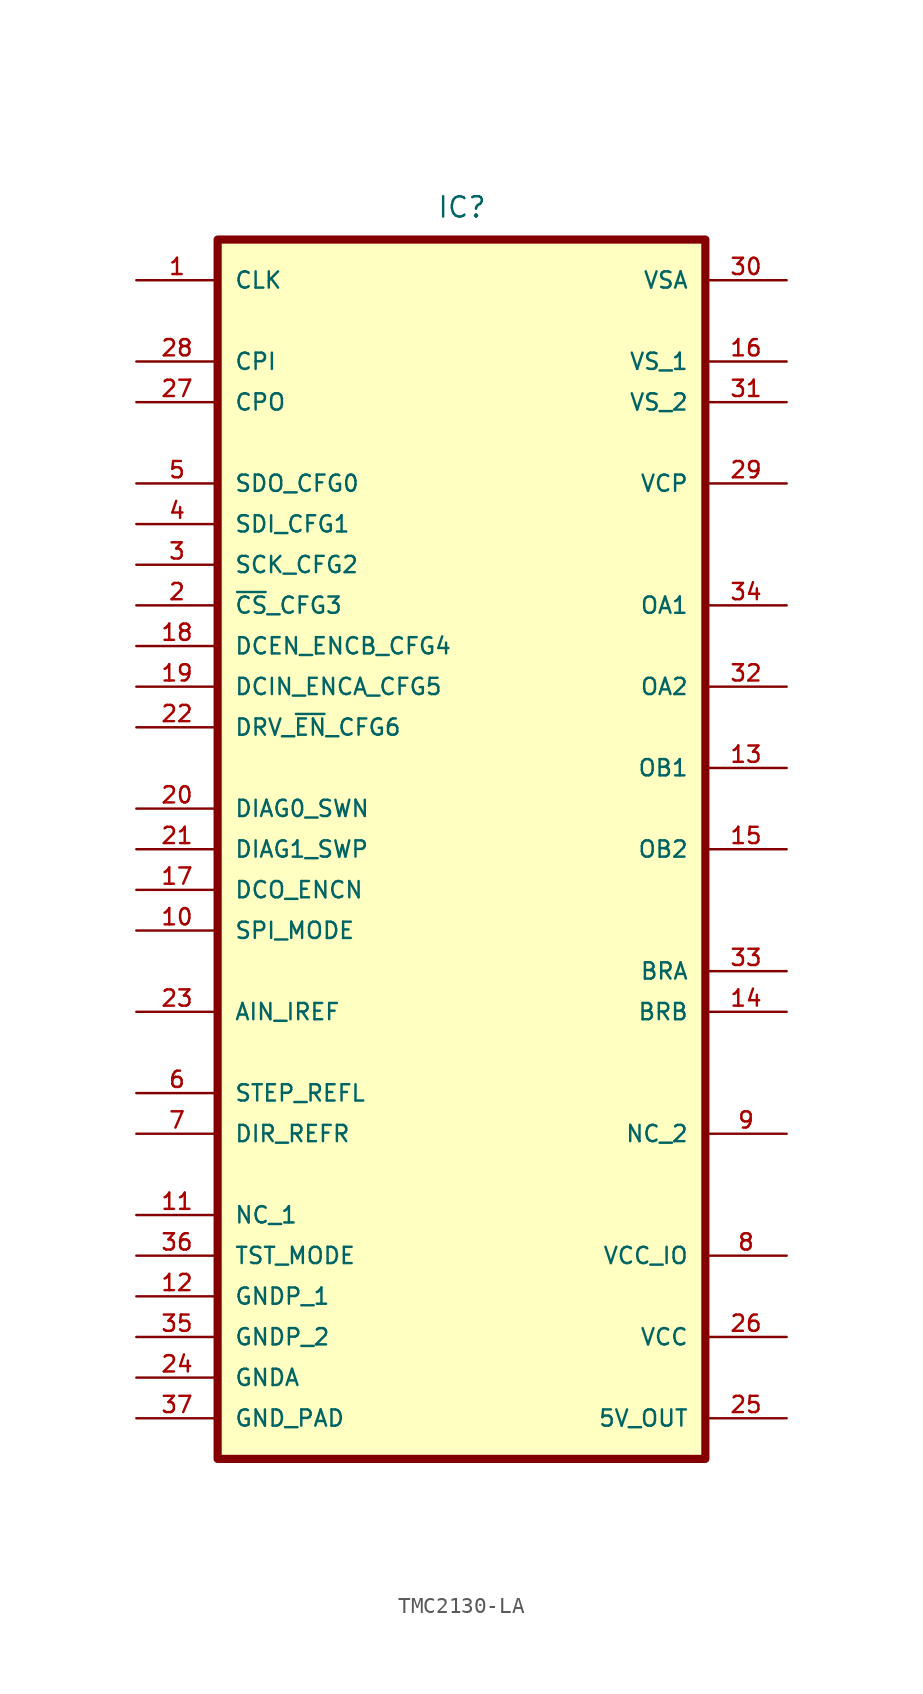
<source format=kicad_sym>
(kicad_symbol_lib
  (version 20231120)
  (generator "kicad_symbol_editor")
  (generator_version "8.0")
  (symbol "TMC2130-LA"
    (pin_names
      (offset 1.016))
    (property "Reference" "IC"
      (at 20.352 3.816 0)
      (effects (font (size 1.27 1.27)) (justify bottom)))
    (symbol "TMC2130-LA_0_0"
      (rectangle (start 5.08 -73.66) (end 35.56 2.54) (stroke (width 0.51) (type default)) (fill (type background)))
      (pin input line (at 0 0 0) (length 5.08) (name "CLK" (effects (font (size 1.016 1.016)))) (number "1" (effects (font (size 1.016 1.016)))))
      (pin input line (at 0 -40.64 0) (length 5.08) (name "SPI_MODE" (effects (font (size 1.016 1.016)))) (number "10" (effects (font (size 1.016 1.016)))))
      (pin power_in line (at 0 -58.42 0) (length 5.08) (name "NC_1" (effects (font (size 1.016 1.016)))) (number "11" (effects (font (size 1.016 1.016)))))
      (pin power_in line (at 0 -63.5 0) (length 5.08) (name "GNDP_1" (effects (font (size 1.016 1.016)))) (number "12" (effects (font (size 1.016 1.016)))))
      (pin output line (at 40.64 -30.48 180) (length 5.08) (name "OB1" (effects (font (size 1.016 1.016)))) (number "13" (effects (font (size 1.016 1.016)))))
      (pin output line (at 40.64 -45.72 180) (length 5.08) (name "BRB" (effects (font (size 1.016 1.016)))) (number "14" (effects (font (size 1.016 1.016)))))
      (pin output line (at 40.64 -35.56 180) (length 5.08) (name "OB2" (effects (font (size 1.016 1.016)))) (number "15" (effects (font (size 1.016 1.016)))))
      (pin power_in line (at 40.64 -5.08 180) (length 5.08) (name "VS_1" (effects (font (size 1.016 1.016)))) (number "16" (effects (font (size 1.016 1.016)))))
      (pin bidirectional line (at 0 -38.1 0) (length 5.08) (name "DCO_ENCN" (effects (font (size 1.016 1.016)))) (number "17" (effects (font (size 1.016 1.016)))))
      (pin input line (at 0 -22.86 0) (length 5.08) (name "DCEN_ENCB_CFG4" (effects (font (size 1.016 1.016)))) (number "18" (effects (font (size 1.016 1.016)))))
      (pin input line (at 0 -25.4 0) (length 5.08) (name "DCIN_ENCA_CFG5" (effects (font (size 1.016 1.016)))) (number "19" (effects (font (size 1.016 1.016)))))
      (pin input line (at 0 -20.32 0) (length 5.08) (name "~{CS}_CFG3" (effects (font (size 1.016 1.016)))) (number "2" (effects (font (size 1.016 1.016)))))
      (pin bidirectional line (at 0 -33.02 0) (length 5.08) (name "DIAG0_SWN" (effects (font (size 1.016 1.016)))) (number "20" (effects (font (size 1.016 1.016)))))
      (pin bidirectional line (at 0 -35.56 0) (length 5.08) (name "DIAG1_SWP" (effects (font (size 1.016 1.016)))) (number "21" (effects (font (size 1.016 1.016)))))
      (pin input line (at 0 -27.94 0) (length 5.08) (name "DRV_~{EN}_CFG6" (effects (font (size 1.016 1.016)))) (number "22" (effects (font (size 1.016 1.016)))))
      (pin input line (at 0 -45.72 0) (length 5.08) (name "AIN_IREF" (effects (font (size 1.016 1.016)))) (number "23" (effects (font (size 1.016 1.016)))))
      (pin power_in line (at 0 -68.58 0) (length 5.08) (name "GNDA" (effects (font (size 1.016 1.016)))) (number "24" (effects (font (size 1.016 1.016)))))
      (pin power_in line (at 40.64 -71.12 180) (length 5.08) (name "5V_OUT" (effects (font (size 1.016 1.016)))) (number "25" (effects (font (size 1.016 1.016)))))
      (pin power_in line (at 40.64 -66.04 180) (length 5.08) (name "VCC" (effects (font (size 1.016 1.016)))) (number "26" (effects (font (size 1.016 1.016)))))
      (pin output line (at 0 -7.62 0) (length 5.08) (name "CPO" (effects (font (size 1.016 1.016)))) (number "27" (effects (font (size 1.016 1.016)))))
      (pin input line (at 0 -5.08 0) (length 5.08) (name "CPI" (effects (font (size 1.016 1.016)))) (number "28" (effects (font (size 1.016 1.016)))))
      (pin power_in line (at 40.64 -12.7 180) (length 5.08) (name "VCP" (effects (font (size 1.016 1.016)))) (number "29" (effects (font (size 1.016 1.016)))))
      (pin input line (at 0 -17.78 0) (length 5.08) (name "SCK_CFG2" (effects (font (size 1.016 1.016)))) (number "3" (effects (font (size 1.016 1.016)))))
      (pin power_in line (at 40.64 0 180) (length 5.08) (name "VSA" (effects (font (size 1.016 1.016)))) (number "30" (effects (font (size 1.016 1.016)))))
      (pin power_in line (at 40.64 -7.62 180) (length 5.08) (name "VS_2" (effects (font (size 1.016 1.016)))) (number "31" (effects (font (size 1.016 1.016)))))
      (pin output line (at 40.64 -25.4 180) (length 5.08) (name "OA2" (effects (font (size 1.016 1.016)))) (number "32" (effects (font (size 1.016 1.016)))))
      (pin output line (at 40.64 -43.18 180) (length 5.08) (name "BRA" (effects (font (size 1.016 1.016)))) (number "33" (effects (font (size 1.016 1.016)))))
      (pin output line (at 40.64 -20.32 180) (length 5.08) (name "OA1" (effects (font (size 1.016 1.016)))) (number "34" (effects (font (size 1.016 1.016)))))
      (pin power_in line (at 0 -66.04 0) (length 5.08) (name "GNDP_2" (effects (font (size 1.016 1.016)))) (number "35" (effects (font (size 1.016 1.016)))))
      (pin input line (at 0 -60.96 0) (length 5.08) (name "TST_MODE" (effects (font (size 1.016 1.016)))) (number "36" (effects (font (size 1.016 1.016)))))
      (pin power_in line (at 0 -71.12 0) (length 5.08) (name "GND_PAD" (effects (font (size 1.016 1.016)))) (number "37" (effects (font (size 1.016 1.016)))))
      (pin input line (at 0 -15.24 0) (length 5.08) (name "SDI_CFG1" (effects (font (size 1.016 1.016)))) (number "4" (effects (font (size 1.016 1.016)))))
      (pin bidirectional line (at 0 -12.7 0) (length 5.08) (name "SDO_CFG0" (effects (font (size 1.016 1.016)))) (number "5" (effects (font (size 1.016 1.016)))))
      (pin input line (at 0 -50.8 0) (length 5.08) (name "STEP_REFL" (effects (font (size 1.016 1.016)))) (number "6" (effects (font (size 1.016 1.016)))))
      (pin input line (at 0 -53.34 0) (length 5.08) (name "DIR_REFR" (effects (font (size 1.016 1.016)))) (number "7" (effects (font (size 1.016 1.016)))))
      (pin power_in line (at 40.64 -60.96 180) (length 5.08) (name "VCC_IO" (effects (font (size 1.016 1.016)))) (number "8" (effects (font (size 1.016 1.016)))))
      (pin passive line (at 40.64 -53.34 180) (length 5.08) (name "NC_2" (effects (font (size 1.016 1.016)))) (number "9" (effects (font (size 1.016 1.016))))))))
</source>
